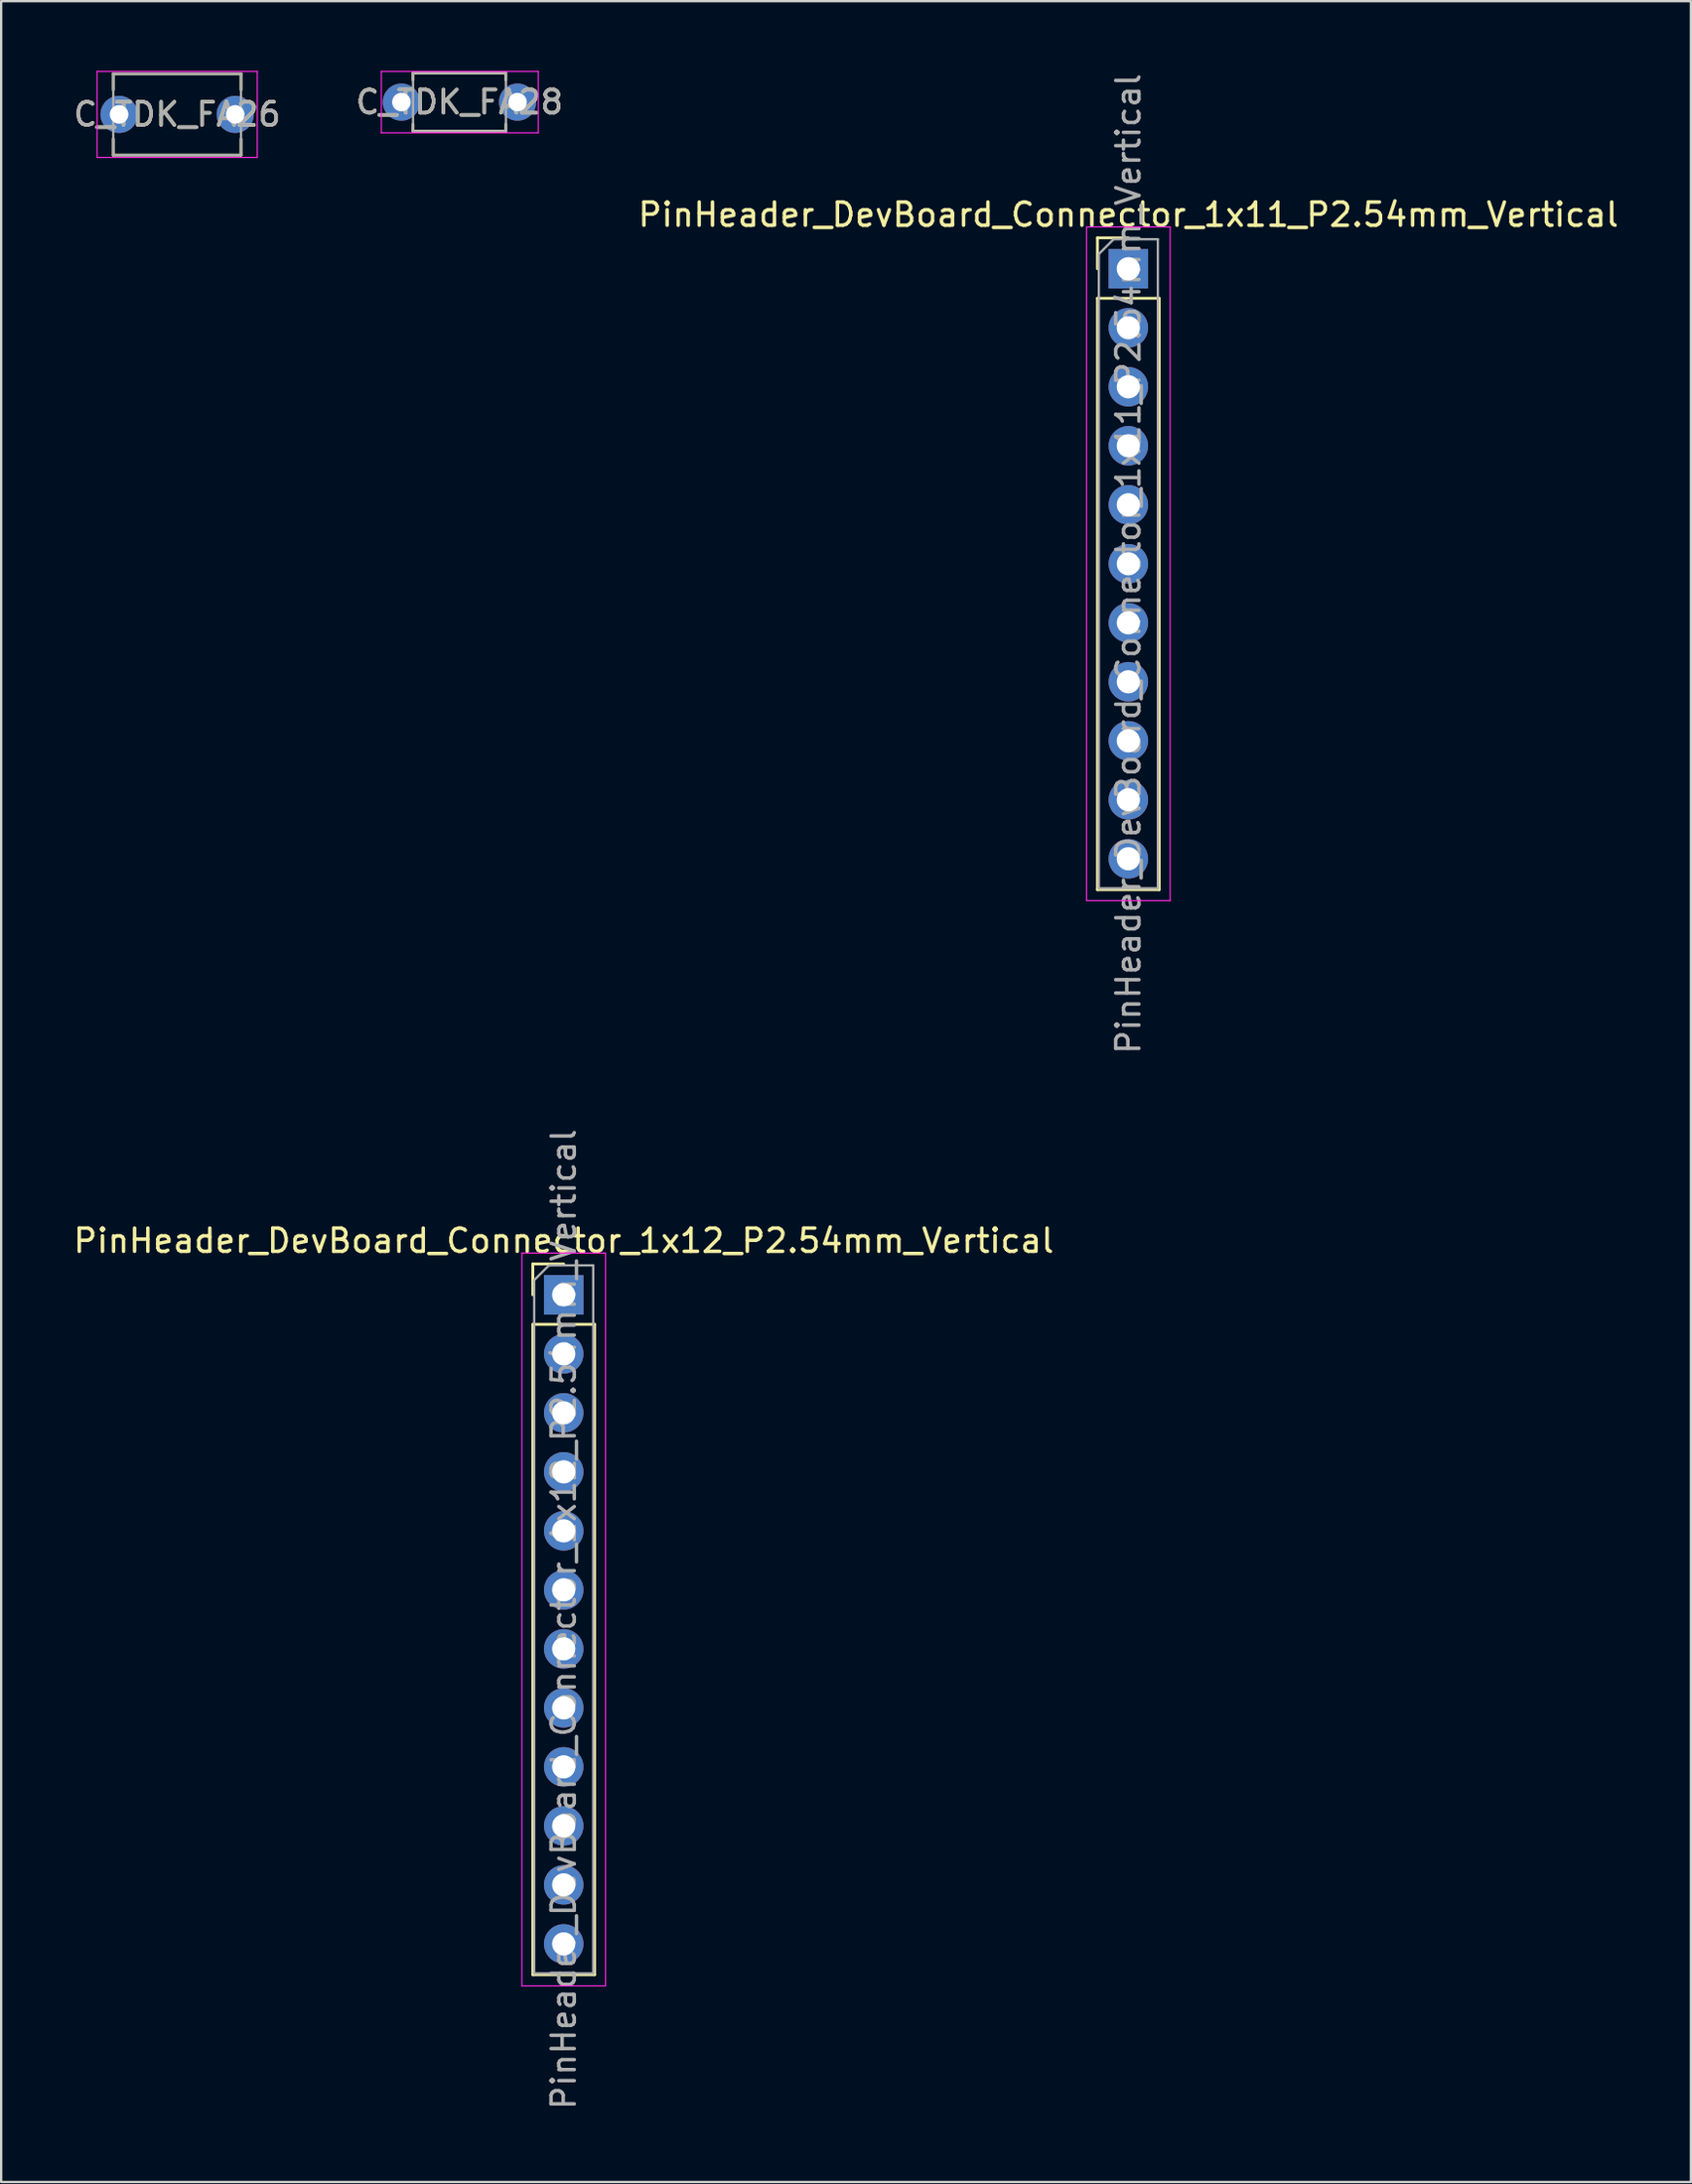
<source format=kicad_pcb>
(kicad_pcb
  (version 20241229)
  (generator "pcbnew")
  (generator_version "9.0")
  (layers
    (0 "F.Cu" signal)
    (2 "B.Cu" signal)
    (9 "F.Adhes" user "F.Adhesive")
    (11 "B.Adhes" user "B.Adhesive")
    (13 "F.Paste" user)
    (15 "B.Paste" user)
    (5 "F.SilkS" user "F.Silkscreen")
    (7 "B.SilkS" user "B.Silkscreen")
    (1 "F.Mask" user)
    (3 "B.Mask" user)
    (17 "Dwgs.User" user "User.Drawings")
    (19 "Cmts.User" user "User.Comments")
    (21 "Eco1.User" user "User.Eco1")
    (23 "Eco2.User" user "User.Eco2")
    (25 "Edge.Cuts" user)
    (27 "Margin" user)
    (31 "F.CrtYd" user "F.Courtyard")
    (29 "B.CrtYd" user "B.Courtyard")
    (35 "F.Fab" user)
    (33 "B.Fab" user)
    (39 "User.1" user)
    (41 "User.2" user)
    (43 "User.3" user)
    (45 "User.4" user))
  (footprint "C_TDK_FA28"
    (layer "F.Cu")
    (at 14.232 1.346)
    (property "Reference" "C_TDK_FA28" (at 2.5 0 0) (layer "F.SilkS") (effects (font (size 1 1) (thickness 0.15))))
    (attr through_hole)
    (fp_line (start 0.5 -1.25) (end 0.5 -0.95) (stroke (width 0.12) (type solid)) (layer "F.SilkS"))
    (fp_line (start 0.5 -1.25) (end 4.5 -1.25) (stroke (width 0.12) (type solid)) (layer "F.SilkS"))
    (fp_line (start 0.5 1.25) (end 0.5 0.95) (stroke (width 0.12) (type solid)) (layer "F.SilkS"))
    (fp_line (start 0.5 1.25) (end 4.5 1.25) (stroke (width 0.12) (type solid)) (layer "F.SilkS"))
    (fp_line (start 4.5 -1.25) (end 4.5 -0.95) (stroke (width 0.12) (type solid)) (layer "F.SilkS"))
    (fp_line (start 4.5 1.25) (end 4.5 0.95) (stroke (width 0.12) (type solid)) (layer "F.SilkS"))
    (fp_line (start -0.864 -1.321) (end -0.864 1.321) (stroke (width 0.05) (type solid)) (layer "F.CrtYd"))
    (fp_line (start -0.864 1.321) (end 5.893 1.321) (stroke (width 0.05) (type solid)) (layer "F.CrtYd"))
    (fp_line (start 5.893 -1.321) (end -0.864 -1.321) (stroke (width 0.05) (type solid)) (layer "F.CrtYd"))
    (fp_line (start 5.893 1.321) (end 5.893 -1.321) (stroke (width 0.05) (type solid)) (layer "F.CrtYd"))
    (fp_line (start 0.5 -1.25) (end 0.5 1.25) (stroke (width 0.1) (type solid)) (layer "F.Fab"))
    (fp_line (start 0.5 1.25) (end 4.5 1.25) (stroke (width 0.1) (type solid)) (layer "F.Fab"))
    (fp_line (start 4.5 -1.25) (end 0.5 -1.25) (stroke (width 0.1) (type solid)) (layer "F.Fab"))
    (fp_line (start 4.5 1.25) (end 4.5 -1.25) (stroke (width 0.1) (type solid)) (layer "F.Fab"))
    (fp_text user "${REFERENCE}" (at 2.5 0 0) (layer "F.Fab") (effects (font (size 1 1) (thickness 0.15))))
    (pad "1" thru_hole circle (at 0 0) (size 1.6 1.6) (drill 0.8) (layers "*.Cu" "*.Mask"))
    (pad "2" thru_hole circle (at 5 0) (size 1.6 1.6) (drill 0.8) (layers "*.Cu" "*.Mask")))
  (footprint "PinHeader_DevBoard_Connector_1x12_P2.54mm_Vertical"
    (layer "F.Cu")
    (at 21.22 52.691)
    (property "Reference" "PinHeader_DevBoard_Connector_1x12_P2.54mm_Vertical" (at 0 -2.33 0) (layer "F.SilkS") (effects (font (size 1 1) (thickness 0.15))))
    (attr through_hole)
    (fp_line (start -1.33 -1.33) (end 0 -1.33) (stroke (width 0.12) (type solid)) (layer "F.SilkS"))
    (fp_line (start -1.33 0) (end -1.33 -1.33) (stroke (width 0.12) (type solid)) (layer "F.SilkS"))
    (fp_line (start -1.33 1.27) (end -1.33 29.27) (stroke (width 0.12) (type solid)) (layer "F.SilkS"))
    (fp_line (start -1.33 1.27) (end 1.33 1.27) (stroke (width 0.12) (type solid)) (layer "F.SilkS"))
    (fp_line (start -1.33 29.27) (end 1.33 29.27) (stroke (width 0.12) (type solid)) (layer "F.SilkS"))
    (fp_line (start 1.33 1.27) (end 1.33 29.27) (stroke (width 0.12) (type solid)) (layer "F.SilkS"))
    (fp_line (start -1.8 -1.8) (end -1.8 29.75) (stroke (width 0.05) (type solid)) (layer "F.CrtYd"))
    (fp_line (start -1.8 29.75) (end 1.8 29.75) (stroke (width 0.05) (type solid)) (layer "F.CrtYd"))
    (fp_line (start 1.8 -1.8) (end -1.8 -1.8) (stroke (width 0.05) (type solid)) (layer "F.CrtYd"))
    (fp_line (start 1.8 29.75) (end 1.8 -1.8) (stroke (width 0.05) (type solid)) (layer "F.CrtYd"))
    (fp_line (start -1.27 -0.635) (end -0.635 -1.27) (stroke (width 0.1) (type solid)) (layer "F.Fab"))
    (fp_line (start -1.27 29.21) (end -1.27 -0.635) (stroke (width 0.1) (type solid)) (layer "F.Fab"))
    (fp_line (start -0.635 -1.27) (end 1.27 -1.27) (stroke (width 0.1) (type solid)) (layer "F.Fab"))
    (fp_line (start 1.27 -1.27) (end 1.27 29.21) (stroke (width 0.1) (type solid)) (layer "F.Fab"))
    (fp_line (start 1.27 29.21) (end -1.27 29.21) (stroke (width 0.1) (type solid)) (layer "F.Fab"))
    (fp_text user "${NET_NAME(4)}" (at 0.762 6.985 315) (unlocked yes) (layer "B.SilkS") (effects (font (size 0.6 0.6) (thickness 0.15) (bold yes)) (justify bottom mirror)))
    (fp_text user "${NET_NAME(6)}" (at 0.762 12.065 315) (unlocked yes) (layer "B.SilkS") (effects (font (size 0.6 0.6) (thickness 0.15) (bold yes)) (justify bottom mirror)))
    (fp_text user "${NET_NAME(8)}" (at 0.762 17.145 315) (unlocked yes) (layer "B.SilkS") (effects (font (size 0.6 0.6) (thickness 0.15) (bold yes)) (justify bottom mirror)))
    (fp_text user "${NET_NAME(1)}" (at 0.762 -1.016 315) (unlocked yes) (layer "B.SilkS") (effects (font (size 0.6 0.6) (thickness 0.15) (bold yes)) (justify bottom mirror)))
    (fp_text user "${NET_NAME(9)}" (at 0.762 19.685 315) (unlocked yes) (layer "B.SilkS") (effects (font (size 0.6 0.6) (thickness 0.15) (bold yes)) (justify bottom mirror)))
    (fp_text user "${NET_NAME(10)}" (at 0.762 22.225 315) (unlocked yes) (layer "B.SilkS") (effects (font (size 0.6 0.6) (thickness 0.15) (bold yes)) (justify bottom mirror)))
    (fp_text user "${NET_NAME(3)}" (at 0.762 4.445 315) (unlocked yes) (layer "B.SilkS") (effects (font (size 0.6 0.6) (thickness 0.15) (bold yes)) (justify bottom mirror)))
    (fp_text user "${NET_NAME(5)}" (at 0.762 9.525 315) (unlocked yes) (layer "B.SilkS") (effects (font (size 0.6 0.6) (thickness 0.15) (bold yes)) (justify bottom mirror)))
    (fp_text user "${NET_NAME(2)}" (at 0.762 1.905 315) (unlocked yes) (layer "B.SilkS") (effects (font (size 0.6 0.6) (thickness 0.15) (bold yes)) (justify bottom mirror)))
    (fp_text user "${NET_NAME(11)}" (at 0.762 24.765 315) (unlocked yes) (layer "B.SilkS") (effects (font (size 0.6 0.6) (thickness 0.15) (bold yes)) (justify bottom mirror)))
    (fp_text user "${NET_NAME(12)}" (at 0.762 27.305 315) (unlocked yes) (layer "B.SilkS") (effects (font (size 0.6 0.6) (thickness 0.15) (bold yes)) (justify bottom mirror)))
    (fp_text user "${NET_NAME(7)}" (at 0.762 14.605 315) (unlocked yes) (layer "B.SilkS") (effects (font (size 0.6 0.6) (thickness 0.15) (bold yes)) (justify bottom mirror)))
    (fp_text user "${REFERENCE}" (at 0 13.97 90) (layer "F.Fab") (effects (font (size 1 1) (thickness 0.15))))
    (pad "1" thru_hole rect (at 0 0) (size 1.7 1.7) (drill 1) (layers "*.Cu" "*.Mask"))
    (pad "2" thru_hole oval (at 0 2.54) (size 1.7 1.7) (drill 1) (layers "*.Cu" "*.Mask"))
    (pad "3" thru_hole oval (at 0 5.08) (size 1.7 1.7) (drill 1) (layers "*.Cu" "*.Mask"))
    (pad "4" thru_hole oval (at 0 7.62) (size 1.7 1.7) (drill 1) (layers "*.Cu" "*.Mask"))
    (pad "5" thru_hole oval (at 0 10.16) (size 1.7 1.7) (drill 1) (layers "*.Cu" "*.Mask"))
    (pad "6" thru_hole oval (at 0 12.7) (size 1.7 1.7) (drill 1) (layers "*.Cu" "*.Mask"))
    (pad "7" thru_hole oval (at 0 15.24) (size 1.7 1.7) (drill 1) (layers "*.Cu" "*.Mask"))
    (pad "8" thru_hole oval (at 0 17.78) (size 1.7 1.7) (drill 1) (layers "*.Cu" "*.Mask"))
    (pad "9" thru_hole oval (at 0 20.32) (size 1.7 1.7) (drill 1) (layers "*.Cu" "*.Mask"))
    (pad "10" thru_hole oval (at 0 22.86) (size 1.7 1.7) (drill 1) (layers "*.Cu" "*.Mask"))
    (pad "11" thru_hole oval (at 0 25.4) (size 1.7 1.7) (drill 1) (layers "*.Cu" "*.Mask"))
    (pad "12" thru_hole oval (at 0 27.94) (size 1.7 1.7) (drill 1) (layers "*.Cu" "*.Mask")))
  (footprint "C_TDK_FA26"
    (layer "F.Cu")
    (at 2.077 1.875)
    (property "Reference" "C_TDK_FA26" (at 2.5 0 0) (layer "F.SilkS") (effects (font (size 1 1) (thickness 0.15))))
    (attr through_hole)
    (fp_line (start -0.25 -1.75) (end -0.25 -1.055) (stroke (width 0.12) (type solid)) (layer "F.SilkS"))
    (fp_line (start -0.25 -1.75) (end 5.25 -1.75) (stroke (width 0.12) (type solid)) (layer "F.SilkS"))
    (fp_line (start -0.25 1.75) (end -0.25 1.055) (stroke (width 0.12) (type solid)) (layer "F.SilkS"))
    (fp_line (start -0.25 1.75) (end 5.25 1.75) (stroke (width 0.12) (type solid)) (layer "F.SilkS"))
    (fp_line (start 5.25 -1.75) (end 5.25 -1.055) (stroke (width 0.12) (type solid)) (layer "F.SilkS"))
    (fp_line (start 5.25 1.75) (end 5.25 1.055) (stroke (width 0.12) (type solid)) (layer "F.SilkS"))
    (fp_line (start -0.95 -1.85) (end -0.95 1.85) (stroke (width 0.05) (type solid)) (layer "F.CrtYd"))
    (fp_line (start -0.95 1.85) (end 5.95 1.85) (stroke (width 0.05) (type solid)) (layer "F.CrtYd"))
    (fp_line (start 5.95 -1.85) (end -0.95 -1.85) (stroke (width 0.05) (type solid)) (layer "F.CrtYd"))
    (fp_line (start 5.95 1.85) (end 5.95 -1.85) (stroke (width 0.05) (type solid)) (layer "F.CrtYd"))
    (fp_line (start -0.25 -1.75) (end -0.25 1.75) (stroke (width 0.1) (type solid)) (layer "F.Fab"))
    (fp_line (start -0.25 1.75) (end 5.25 1.75) (stroke (width 0.1) (type solid)) (layer "F.Fab"))
    (fp_line (start 5.25 -1.75) (end -0.25 -1.75) (stroke (width 0.1) (type solid)) (layer "F.Fab"))
    (fp_line (start 5.25 1.75) (end 5.25 -1.75) (stroke (width 0.1) (type solid)) (layer "F.Fab"))
    (fp_text user "${REFERENCE}" (at 2.5 0 0) (layer "F.Fab") (effects (font (size 1 1) (thickness 0.15))))
    (pad "1" thru_hole circle (at 0 0) (size 1.6 1.6) (drill 0.8) (layers "*.Cu" "*.Mask"))
    (pad "2" thru_hole circle (at 5 0) (size 1.6 1.6) (drill 0.8) (layers "*.Cu" "*.Mask")))
  (footprint "PinHeader_DevBoard_Connector_1x11_P2.54mm_Vertical"
    (layer "F.Cu")
    (at 45.53 8.52)
    (property "Reference" "PinHeader_DevBoard_Connector_1x11_P2.54mm_Vertical" (at 0 -2.33 0) (layer "F.SilkS") (effects (font (size 1 1) (thickness 0.15))))
    (attr through_hole)
    (fp_line (start -1.33 -1.33) (end 0 -1.33) (stroke (width 0.12) (type solid)) (layer "F.SilkS"))
    (fp_line (start -1.33 0) (end -1.33 -1.33) (stroke (width 0.12) (type solid)) (layer "F.SilkS"))
    (fp_line (start -1.33 1.27) (end -1.33 26.73) (stroke (width 0.12) (type solid)) (layer "F.SilkS"))
    (fp_line (start -1.33 1.27) (end 1.33 1.27) (stroke (width 0.12) (type solid)) (layer "F.SilkS"))
    (fp_line (start -1.33 26.73) (end 1.33 26.73) (stroke (width 0.12) (type solid)) (layer "F.SilkS"))
    (fp_line (start 1.33 1.27) (end 1.33 26.73) (stroke (width 0.12) (type solid)) (layer "F.SilkS"))
    (fp_line (start -1.8 -1.8) (end -1.8 27.2) (stroke (width 0.05) (type solid)) (layer "F.CrtYd"))
    (fp_line (start -1.8 27.2) (end 1.8 27.2) (stroke (width 0.05) (type solid)) (layer "F.CrtYd"))
    (fp_line (start 1.8 -1.8) (end -1.8 -1.8) (stroke (width 0.05) (type solid)) (layer "F.CrtYd"))
    (fp_line (start 1.8 27.2) (end 1.8 -1.8) (stroke (width 0.05) (type solid)) (layer "F.CrtYd"))
    (fp_line (start -1.27 -0.635) (end -0.635 -1.27) (stroke (width 0.1) (type solid)) (layer "F.Fab"))
    (fp_line (start -1.27 26.67) (end -1.27 -0.635) (stroke (width 0.1) (type solid)) (layer "F.Fab"))
    (fp_line (start -0.635 -1.27) (end 1.27 -1.27) (stroke (width 0.1) (type solid)) (layer "F.Fab"))
    (fp_line (start 1.27 -1.27) (end 1.27 26.67) (stroke (width 0.1) (type solid)) (layer "F.Fab"))
    (fp_line (start 1.27 26.67) (end -1.27 26.67) (stroke (width 0.1) (type solid)) (layer "F.Fab"))
    (fp_text user "${NET_NAME(9)}" (at 0.762 19.685 315) (unlocked yes) (layer "B.SilkS") (effects (font (size 0.6 0.6) (thickness 0.15) (bold yes)) (justify bottom mirror)))
    (fp_text user "${NET_NAME(2)}" (at 0.762 1.905 315) (unlocked yes) (layer "B.SilkS") (effects (font (size 0.6 0.6) (thickness 0.15) (bold yes)) (justify bottom mirror)))
    (fp_text user "${NET_NAME(1)}" (at 0.762 -1.016 315) (unlocked yes) (layer "B.SilkS") (effects (font (size 0.6 0.6) (thickness 0.15) (bold yes)) (justify bottom mirror)))
    (fp_text user "${NET_NAME(3)}" (at 0.762 4.445 315) (unlocked yes) (layer "B.SilkS") (effects (font (size 0.6 0.6) (thickness 0.15) (bold yes)) (justify bottom mirror)))
    (fp_text user "${NET_NAME(6)}" (at 0.762 12.065 315) (unlocked yes) (layer "B.SilkS") (effects (font (size 0.6 0.6) (thickness 0.15) (bold yes)) (justify bottom mirror)))
    (fp_text user "${NET_NAME(8)}" (at 0.762 17.145 315) (unlocked yes) (layer "B.SilkS") (effects (font (size 0.6 0.6) (thickness 0.15) (bold yes)) (justify bottom mirror)))
    (fp_text user "${NET_NAME(4)}" (at 0.762 6.985 315) (unlocked yes) (layer "B.SilkS") (effects (font (size 0.6 0.6) (thickness 0.15) (bold yes)) (justify bottom mirror)))
    (fp_text user "${NET_NAME(5)}" (at 0.762 9.525 315) (unlocked yes) (layer "B.SilkS") (effects (font (size 0.6 0.6) (thickness 0.15) (bold yes)) (justify bottom mirror)))
    (fp_text user "${NET_NAME(11)}" (at 0.762 24.765 315) (unlocked yes) (layer "B.SilkS") (effects (font (size 0.6 0.6) (thickness 0.15) (bold yes)) (justify bottom mirror)))
    (fp_text user "${NET_NAME(10)}" (at 0.762 22.225 315) (unlocked yes) (layer "B.SilkS") (effects (font (size 0.6 0.6) (thickness 0.15) (bold yes)) (justify bottom mirror)))
    (fp_text user "${NET_NAME(7)}" (at 0.762 14.605 315) (unlocked yes) (layer "B.SilkS") (effects (font (size 0.6 0.6) (thickness 0.15) (bold yes)) (justify bottom mirror)))
    (fp_text user "${REFERENCE}" (at 0 12.7 90) (layer "F.Fab") (effects (font (size 1 1) (thickness 0.15))))
    (pad "1" thru_hole rect (at 0 0) (size 1.7 1.7) (drill 1) (layers "*.Cu" "*.Mask"))
    (pad "2" thru_hole oval (at 0 2.54) (size 1.7 1.7) (drill 1) (layers "*.Cu" "*.Mask"))
    (pad "3" thru_hole oval (at 0 5.08) (size 1.7 1.7) (drill 1) (layers "*.Cu" "*.Mask"))
    (pad "4" thru_hole oval (at 0 7.62) (size 1.7 1.7) (drill 1) (layers "*.Cu" "*.Mask"))
    (pad "5" thru_hole oval (at 0 10.16) (size 1.7 1.7) (drill 1) (layers "*.Cu" "*.Mask"))
    (pad "6" thru_hole oval (at 0 12.7) (size 1.7 1.7) (drill 1) (layers "*.Cu" "*.Mask"))
    (pad "7" thru_hole oval (at 0 15.24) (size 1.7 1.7) (drill 1) (layers "*.Cu" "*.Mask"))
    (pad "8" thru_hole oval (at 0 17.78) (size 1.7 1.7) (drill 1) (layers "*.Cu" "*.Mask"))
    (pad "9" thru_hole oval (at 0 20.32) (size 1.7 1.7) (drill 1) (layers "*.Cu" "*.Mask"))
    (pad "10" thru_hole oval (at 0 22.86) (size 1.7 1.7) (drill 1) (layers "*.Cu" "*.Mask"))
    (pad "11" thru_hole oval (at 0 25.4) (size 1.7 1.7) (drill 1) (layers "*.Cu" "*.Mask")))
  (gr_rect
    (start -3 -3)
    (end 69.75 90.881)
    (stroke (width 0.1) (type default))
    (fill no)
    (layer "Edge.Cuts")))
</source>
